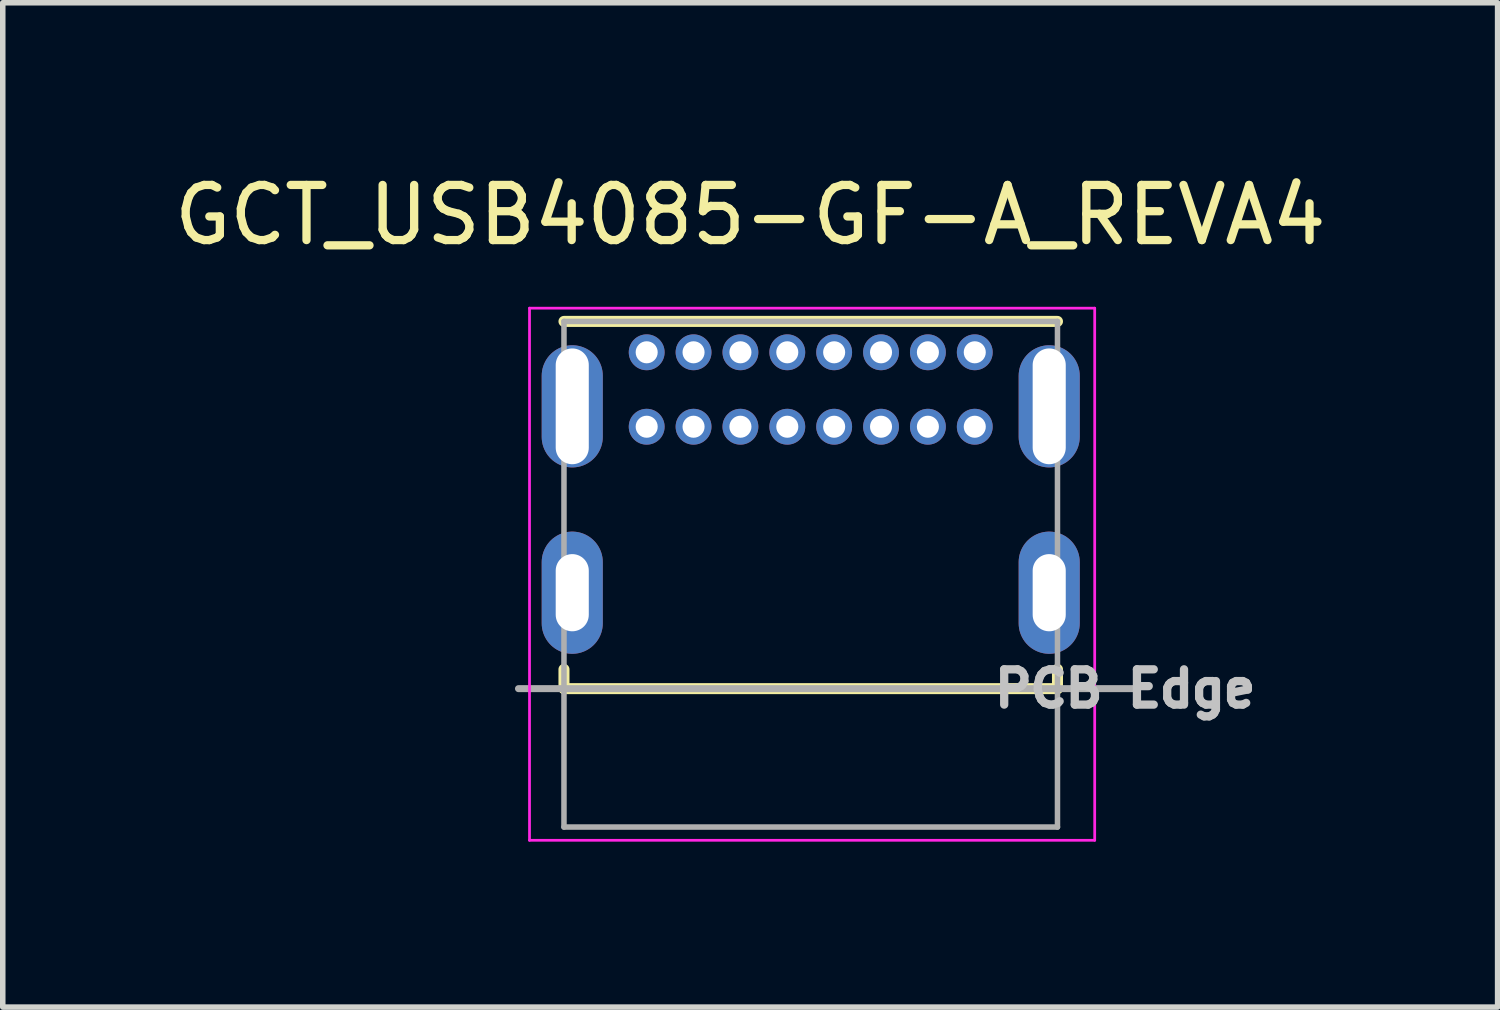
<source format=kicad_pcb>
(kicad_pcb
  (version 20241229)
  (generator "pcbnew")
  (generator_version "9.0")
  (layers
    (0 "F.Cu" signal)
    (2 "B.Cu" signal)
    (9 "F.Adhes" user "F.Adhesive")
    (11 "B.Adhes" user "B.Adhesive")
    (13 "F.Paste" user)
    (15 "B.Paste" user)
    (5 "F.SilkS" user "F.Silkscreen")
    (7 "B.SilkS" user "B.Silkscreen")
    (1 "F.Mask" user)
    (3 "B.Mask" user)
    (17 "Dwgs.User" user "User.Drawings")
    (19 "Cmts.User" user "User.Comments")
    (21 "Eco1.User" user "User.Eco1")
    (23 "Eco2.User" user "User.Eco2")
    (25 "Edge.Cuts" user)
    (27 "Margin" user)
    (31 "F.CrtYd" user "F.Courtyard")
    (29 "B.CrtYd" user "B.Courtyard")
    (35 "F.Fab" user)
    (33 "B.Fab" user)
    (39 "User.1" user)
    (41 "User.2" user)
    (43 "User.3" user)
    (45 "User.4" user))
  (footprint "GCT_USB4085-GF-A_REVA4"
    (layer "F.Cu")
    (at 11.653 7.364)
    (property "Reference" "GCT_USB4085-GF-A_REVA4" (at -1.097 -6.515 0) (layer "F.SilkS") (effects (font (size 1 1) (thickness 0.15))))
    (attr through_hole)
    (fp_line (start -4.475 -4.585) (end 4.475 -4.585) (stroke (width 0.2) (type solid)) (layer "F.SilkS"))
    (fp_line (start -4.475 1.725) (end -4.475 2.075) (stroke (width 0.2) (type solid)) (layer "F.SilkS"))
    (fp_line (start -4.475 2.075) (end 4.475 2.075) (stroke (width 0.2) (type solid)) (layer "F.SilkS"))
    (fp_line (start 4.475 2.075) (end 4.475 1.725) (stroke (width 0.2) (type solid)) (layer "F.SilkS"))
    (fp_line (start -5.1 -4.825) (end 5.15 -4.825) (stroke (width 0.05) (type solid)) (layer "F.CrtYd"))
    (fp_line (start -5.1 4.825) (end -5.1 -4.825) (stroke (width 0.05) (type solid)) (layer "F.CrtYd"))
    (fp_line (start 5.15 -4.825) (end 5.15 4.825) (stroke (width 0.05) (type solid)) (layer "F.CrtYd"))
    (fp_line (start 5.15 4.825) (end -5.1 4.825) (stroke (width 0.05) (type solid)) (layer "F.CrtYd"))
    (fp_line (start -5.3 2.075) (end 5.9 2.075) (stroke (width 0.127) (type solid)) (layer "F.Fab"))
    (fp_line (start -4.475 -4.585) (end 4.475 -4.585) (stroke (width 0.1) (type solid)) (layer "F.Fab"))
    (fp_line (start -4.475 4.585) (end -4.475 -4.585) (stroke (width 0.1) (type solid)) (layer "F.Fab"))
    (fp_line (start 4.475 -4.585) (end 4.475 4.585) (stroke (width 0.1) (type solid)) (layer "F.Fab"))
    (fp_line (start 4.475 4.585) (end -4.475 4.585) (stroke (width 0.1) (type solid)) (layer "F.Fab"))
    (fp_text user "PCB Edge" (at 5.703 2.076 0) (layer "Dwgs.User") (effects (font (size 0.64 0.64) (thickness 0.15))))
    (pad "A1" thru_hole circle (at -2.975 -4.025) (size 0.65 0.65) (drill 0.4) (layers "*.Cu" "*.Mask"))
    (pad "A4" thru_hole circle (at -2.125 -4.025) (size 0.65 0.65) (drill 0.4) (layers "*.Cu" "*.Mask"))
    (pad "A5" thru_hole circle (at -1.275 -4.025) (size 0.65 0.65) (drill 0.4) (layers "*.Cu" "*.Mask"))
    (pad "A6" thru_hole circle (at -0.425 -4.025) (size 0.65 0.65) (drill 0.4) (layers "*.Cu" "*.Mask"))
    (pad "A7" thru_hole circle (at 0.425 -4.025) (size 0.65 0.65) (drill 0.4) (layers "*.Cu" "*.Mask"))
    (pad "A8" thru_hole circle (at 1.275 -4.025) (size 0.65 0.65) (drill 0.4) (layers "*.Cu" "*.Mask"))
    (pad "A9" thru_hole circle (at 2.125 -4.025) (size 0.65 0.65) (drill 0.4) (layers "*.Cu" "*.Mask"))
    (pad "A12" thru_hole circle (at 2.975 -4.025) (size 0.65 0.65) (drill 0.4) (layers "*.Cu" "*.Mask"))
    (pad "B1" thru_hole circle (at 2.975 -2.675) (size 0.65 0.65) (drill 0.4) (layers "*.Cu" "*.Mask"))
    (pad "B4" thru_hole circle (at 2.125 -2.675) (size 0.65 0.65) (drill 0.4) (layers "*.Cu" "*.Mask"))
    (pad "B5" thru_hole circle (at 1.275 -2.675) (size 0.65 0.65) (drill 0.4) (layers "*.Cu" "*.Mask"))
    (pad "B6" thru_hole circle (at 0.425 -2.675) (size 0.65 0.65) (drill 0.4) (layers "*.Cu" "*.Mask"))
    (pad "B7" thru_hole circle (at -0.425 -2.675) (size 0.65 0.65) (drill 0.4) (layers "*.Cu" "*.Mask"))
    (pad "B8" thru_hole circle (at -1.275 -2.675) (size 0.65 0.65) (drill 0.4) (layers "*.Cu" "*.Mask"))
    (pad "B9" thru_hole circle (at -2.125 -2.675) (size 0.65 0.65) (drill 0.4) (layers "*.Cu" "*.Mask"))
    (pad "B12" thru_hole circle (at -2.975 -2.675) (size 0.65 0.65) (drill 0.4) (layers "*.Cu" "*.Mask"))
    (pad "P1" thru_hole oval (at -4.325 -3.045) (size 1.108 2.216) (drill oval 0.6 2.1) (layers "*.Cu" "*.Mask"))
    (pad "P2" thru_hole oval (at 4.325 -3.045) (size 1.108 2.216) (drill oval 0.6 2.1) (layers "*.Cu" "*.Mask"))
    (pad "P3" thru_hole oval (at -4.325 0.335) (size 1.108 2.216) (drill oval 0.6 1.4) (layers "*.Cu" "*.Mask"))
    (pad "P4" thru_hole oval (at 4.325 0.335) (size 1.108 2.216) (drill oval 0.6 1.4) (layers "*.Cu" "*.Mask")))
  (gr_rect
    (start -3 -3)
    (end 24.11 15.214)
    (stroke (width 0.1) (type default))
    (fill no)
    (layer "Edge.Cuts")))
</source>
